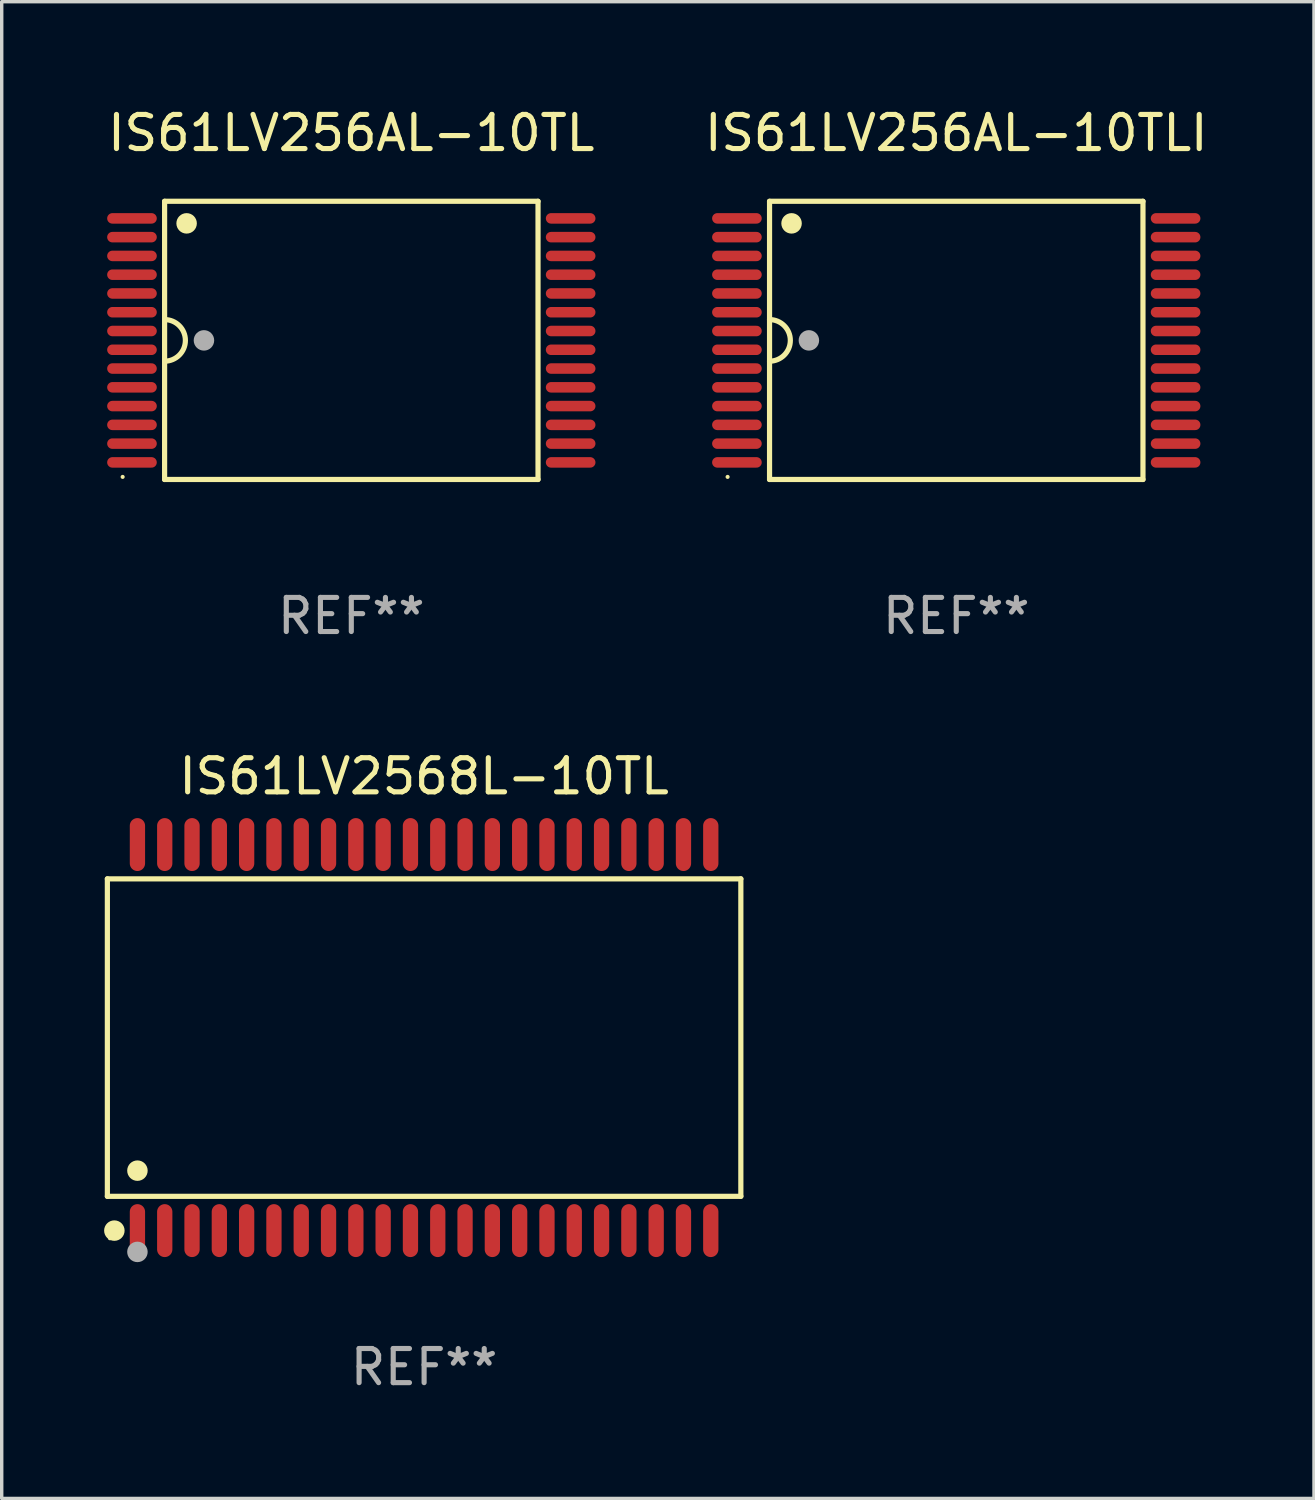
<source format=kicad_pcb>
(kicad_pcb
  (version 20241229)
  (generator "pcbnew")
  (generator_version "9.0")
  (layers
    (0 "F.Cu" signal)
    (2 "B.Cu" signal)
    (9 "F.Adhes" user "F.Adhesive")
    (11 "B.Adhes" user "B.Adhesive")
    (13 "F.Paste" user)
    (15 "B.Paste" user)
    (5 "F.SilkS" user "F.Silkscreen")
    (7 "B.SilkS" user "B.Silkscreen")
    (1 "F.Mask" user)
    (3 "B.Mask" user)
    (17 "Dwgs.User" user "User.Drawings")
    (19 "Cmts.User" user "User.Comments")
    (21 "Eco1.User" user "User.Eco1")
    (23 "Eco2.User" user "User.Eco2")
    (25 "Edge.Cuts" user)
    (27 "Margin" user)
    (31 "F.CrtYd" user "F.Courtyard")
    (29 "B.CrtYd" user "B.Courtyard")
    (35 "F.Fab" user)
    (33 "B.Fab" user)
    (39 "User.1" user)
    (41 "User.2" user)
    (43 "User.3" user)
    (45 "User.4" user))
  (footprint "IS61LV2568L-10TL"
    (layer "F.Cu")
    (at 9.377 27.353)
    (property "Reference" "IS61LV2568L-10TL" (at 0 -7.656 0) (layer "F.SilkS") (effects (font (size 1 1) (thickness 0.15))))
    (attr through_hole)
    (fp_line (start -9.281 -4.651) (end 9.281 -4.651) (stroke (width 0.152) (type solid)) (layer "F.SilkS"))
    (fp_line (start -9.281 4.651) (end -9.281 -4.651) (stroke (width 0.152) (type solid)) (layer "F.SilkS"))
    (fp_line (start 9.281 -4.651) (end 9.281 4.651) (stroke (width 0.152) (type solid)) (layer "F.SilkS"))
    (fp_line (start 9.281 4.651) (end -9.281 4.651) (stroke (width 0.152) (type solid)) (layer "F.SilkS"))
    (fp_circle (center -9.205 5.88) (end -9.175 5.88) (stroke (width 0.06) (type solid)) (fill no) (layer "F.SilkS"))
    (fp_circle (center -9.076 5.656) (end -8.926 5.656) (stroke (width 0.3) (type solid)) (fill no) (layer "F.SilkS"))
    (fp_circle (center -8.4 3.899) (end -8.25 3.899) (stroke (width 0.3) (type solid)) (fill no) (layer "F.SilkS"))
    (fp_circle (center -8.4 6.28) (end -8.25 6.28) (stroke (width 0.3) (type solid)) (fill no) (layer "F.Fab"))
    (fp_text user "REF**" (at 0 9.656 0) (layer "F.Fab") (effects (font (size 1 1) (thickness 0.15))))
    (pad "1" smd oval (at -8.4 5.656) (size 0.448 1.551) (layers "F.Cu" "F.Mask" "F.Paste"))
    (pad "2" smd oval (at -7.6 5.656) (size 0.448 1.551) (layers "F.Cu" "F.Mask" "F.Paste"))
    (pad "3" smd oval (at -6.8 5.656) (size 0.448 1.551) (layers "F.Cu" "F.Mask" "F.Paste"))
    (pad "4" smd oval (at -6 5.656) (size 0.448 1.551) (layers "F.Cu" "F.Mask" "F.Paste"))
    (pad "5" smd oval (at -5.2 5.656) (size 0.448 1.551) (layers "F.Cu" "F.Mask" "F.Paste"))
    (pad "6" smd oval (at -4.4 5.656) (size 0.448 1.551) (layers "F.Cu" "F.Mask" "F.Paste"))
    (pad "7" smd oval (at -3.6 5.656) (size 0.448 1.551) (layers "F.Cu" "F.Mask" "F.Paste"))
    (pad "8" smd oval (at -2.8 5.656) (size 0.448 1.551) (layers "F.Cu" "F.Mask" "F.Paste"))
    (pad "9" smd oval (at -2 5.656) (size 0.448 1.551) (layers "F.Cu" "F.Mask" "F.Paste"))
    (pad "10" smd oval (at -1.2 5.656) (size 0.448 1.551) (layers "F.Cu" "F.Mask" "F.Paste"))
    (pad "11" smd oval (at -0.4 5.656) (size 0.448 1.551) (layers "F.Cu" "F.Mask" "F.Paste"))
    (pad "12" smd oval (at 0.4 5.656) (size 0.448 1.551) (layers "F.Cu" "F.Mask" "F.Paste"))
    (pad "13" smd oval (at 1.2 5.656) (size 0.448 1.551) (layers "F.Cu" "F.Mask" "F.Paste"))
    (pad "14" smd oval (at 2 5.656) (size 0.448 1.551) (layers "F.Cu" "F.Mask" "F.Paste"))
    (pad "15" smd oval (at 2.8 5.656) (size 0.448 1.551) (layers "F.Cu" "F.Mask" "F.Paste"))
    (pad "16" smd oval (at 3.6 5.656) (size 0.448 1.551) (layers "F.Cu" "F.Mask" "F.Paste"))
    (pad "17" smd oval (at 4.4 5.656) (size 0.448 1.551) (layers "F.Cu" "F.Mask" "F.Paste"))
    (pad "18" smd oval (at 5.2 5.656) (size 0.448 1.551) (layers "F.Cu" "F.Mask" "F.Paste"))
    (pad "19" smd oval (at 6 5.656) (size 0.448 1.551) (layers "F.Cu" "F.Mask" "F.Paste"))
    (pad "20" smd oval (at 6.8 5.656) (size 0.448 1.551) (layers "F.Cu" "F.Mask" "F.Paste"))
    (pad "21" smd oval (at 7.6 5.656) (size 0.448 1.551) (layers "F.Cu" "F.Mask" "F.Paste"))
    (pad "22" smd oval (at 8.4 5.656) (size 0.448 1.551) (layers "F.Cu" "F.Mask" "F.Paste"))
    (pad "23" smd oval (at 8.4 -5.656) (size 0.448 1.551) (layers "F.Cu" "F.Mask" "F.Paste"))
    (pad "24" smd oval (at 7.6 -5.656) (size 0.448 1.551) (layers "F.Cu" "F.Mask" "F.Paste"))
    (pad "25" smd oval (at 6.8 -5.656) (size 0.448 1.551) (layers "F.Cu" "F.Mask" "F.Paste"))
    (pad "26" smd oval (at 6 -5.656) (size 0.448 1.551) (layers "F.Cu" "F.Mask" "F.Paste"))
    (pad "27" smd oval (at 5.2 -5.656) (size 0.448 1.551) (layers "F.Cu" "F.Mask" "F.Paste"))
    (pad "28" smd oval (at 4.4 -5.656) (size 0.448 1.551) (layers "F.Cu" "F.Mask" "F.Paste"))
    (pad "29" smd oval (at 3.6 -5.656) (size 0.448 1.551) (layers "F.Cu" "F.Mask" "F.Paste"))
    (pad "30" smd oval (at 2.8 -5.656) (size 0.448 1.551) (layers "F.Cu" "F.Mask" "F.Paste"))
    (pad "31" smd oval (at 2 -5.656) (size 0.448 1.551) (layers "F.Cu" "F.Mask" "F.Paste"))
    (pad "32" smd oval (at 1.2 -5.656) (size 0.448 1.551) (layers "F.Cu" "F.Mask" "F.Paste"))
    (pad "33" smd oval (at 0.4 -5.656) (size 0.448 1.551) (layers "F.Cu" "F.Mask" "F.Paste"))
    (pad "34" smd oval (at -0.4 -5.656) (size 0.448 1.551) (layers "F.Cu" "F.Mask" "F.Paste"))
    (pad "35" smd oval (at -1.2 -5.656) (size 0.448 1.551) (layers "F.Cu" "F.Mask" "F.Paste"))
    (pad "36" smd oval (at -2 -5.656) (size 0.448 1.551) (layers "F.Cu" "F.Mask" "F.Paste"))
    (pad "37" smd oval (at -2.8 -5.656) (size 0.448 1.551) (layers "F.Cu" "F.Mask" "F.Paste"))
    (pad "38" smd oval (at -3.6 -5.656) (size 0.448 1.551) (layers "F.Cu" "F.Mask" "F.Paste"))
    (pad "39" smd oval (at -4.4 -5.656) (size 0.448 1.551) (layers "F.Cu" "F.Mask" "F.Paste"))
    (pad "40" smd oval (at -5.2 -5.656) (size 0.448 1.551) (layers "F.Cu" "F.Mask" "F.Paste"))
    (pad "41" smd oval (at -6 -5.656) (size 0.448 1.551) (layers "F.Cu" "F.Mask" "F.Paste"))
    (pad "42" smd oval (at -6.8 -5.656) (size 0.448 1.551) (layers "F.Cu" "F.Mask" "F.Paste"))
    (pad "43" smd oval (at -7.6 -5.656) (size 0.448 1.551) (layers "F.Cu" "F.Mask" "F.Paste"))
    (pad "44" smd oval (at -8.4 -5.656) (size 0.448 1.551) (layers "F.Cu" "F.Mask" "F.Paste")))
  (footprint "IS61LV256AL-10TLI"
    (layer "F.Cu")
    (at 24.97 6.924)
    (property "Reference" "IS61LV256AL-10TLI" (at 0 -6.076 0) (layer "F.SilkS") (effects (font (size 1 1) (thickness 0.15))))
    (attr through_hole)
    (fp_line (start -5.471 -4.076) (end 5.471 -4.076) (stroke (width 0.152) (type solid)) (layer "F.SilkS"))
    (fp_line (start -5.471 4.076) (end -5.471 -4.076) (stroke (width 0.152) (type solid)) (layer "F.SilkS"))
    (fp_line (start 5.471 -4.076) (end 5.471 4.076) (stroke (width 0.152) (type solid)) (layer "F.SilkS"))
    (fp_line (start 5.471 4.076) (end -5.471 4.076) (stroke (width 0.152) (type solid)) (layer "F.SilkS"))
    (fp_arc (start -5.471424 -0.609524) (mid -4.861875 -0.000113) (end -5.471171 0.60955) (stroke (width 0.1524) (type solid)) (layer "F.SilkS"))
    (fp_circle (center -6.7 4) (end -6.67 4) (stroke (width 0.06) (type solid)) (fill no) (layer "F.SilkS"))
    (fp_circle (center -4.826 -3.429) (end -4.676 -3.429) (stroke (width 0.3) (type solid)) (fill no) (layer "F.SilkS"))
    (fp_circle (center -4.318 0) (end -4.168 0) (stroke (width 0.3) (type solid)) (fill no) (layer "F.Fab"))
    (fp_text user "REF**" (at 0 8.076 0) (layer "F.Fab") (effects (font (size 1 1) (thickness 0.15))))
    (pad "1" smd oval (at -6.427 0.275 270) (size 0.308 1.454) (layers "F.Cu" "F.Mask" "F.Paste"))
    (pad "2" smd oval (at -6.427 0.825 270) (size 0.308 1.454) (layers "F.Cu" "F.Mask" "F.Paste"))
    (pad "3" smd oval (at -6.427 1.375 270) (size 0.308 1.454) (layers "F.Cu" "F.Mask" "F.Paste"))
    (pad "4" smd oval (at -6.427 1.925 270) (size 0.308 1.454) (layers "F.Cu" "F.Mask" "F.Paste"))
    (pad "5" smd oval (at -6.427 2.475 270) (size 0.308 1.454) (layers "F.Cu" "F.Mask" "F.Paste"))
    (pad "6" smd oval (at -6.427 3.025 270) (size 0.308 1.454) (layers "F.Cu" "F.Mask" "F.Paste"))
    (pad "7" smd oval (at -6.427 3.575 270) (size 0.308 1.454) (layers "F.Cu" "F.Mask" "F.Paste"))
    (pad "8" smd oval (at 6.427 3.575 270) (size 0.308 1.454) (layers "F.Cu" "F.Mask" "F.Paste"))
    (pad "9" smd oval (at 6.427 3.025 270) (size 0.308 1.454) (layers "F.Cu" "F.Mask" "F.Paste"))
    (pad "10" smd oval (at 6.427 2.475 270) (size 0.308 1.454) (layers "F.Cu" "F.Mask" "F.Paste"))
    (pad "11" smd oval (at 6.427 1.925 270) (size 0.308 1.454) (layers "F.Cu" "F.Mask" "F.Paste"))
    (pad "12" smd oval (at 6.427 1.375 270) (size 0.308 1.454) (layers "F.Cu" "F.Mask" "F.Paste"))
    (pad "13" smd oval (at 6.427 0.825 270) (size 0.308 1.454) (layers "F.Cu" "F.Mask" "F.Paste"))
    (pad "14" smd oval (at 6.427 0.275 270) (size 0.308 1.454) (layers "F.Cu" "F.Mask" "F.Paste"))
    (pad "15" smd oval (at 6.427 -0.275 270) (size 0.308 1.454) (layers "F.Cu" "F.Mask" "F.Paste"))
    (pad "16" smd oval (at 6.427 -0.825 270) (size 0.308 1.454) (layers "F.Cu" "F.Mask" "F.Paste"))
    (pad "17" smd oval (at 6.427 -1.375 270) (size 0.308 1.454) (layers "F.Cu" "F.Mask" "F.Paste"))
    (pad "18" smd oval (at 6.427 -1.925 270) (size 0.308 1.454) (layers "F.Cu" "F.Mask" "F.Paste"))
    (pad "19" smd oval (at 6.427 -2.475 270) (size 0.308 1.454) (layers "F.Cu" "F.Mask" "F.Paste"))
    (pad "20" smd oval (at 6.427 -3.025 270) (size 0.308 1.454) (layers "F.Cu" "F.Mask" "F.Paste"))
    (pad "21" smd oval (at 6.427 -3.575 270) (size 0.308 1.454) (layers "F.Cu" "F.Mask" "F.Paste"))
    (pad "22" smd oval (at -6.427 -3.575 270) (size 0.308 1.454) (layers "F.Cu" "F.Mask" "F.Paste"))
    (pad "23" smd oval (at -6.427 -3.025 270) (size 0.308 1.454) (layers "F.Cu" "F.Mask" "F.Paste"))
    (pad "24" smd oval (at -6.427 -2.475 270) (size 0.308 1.454) (layers "F.Cu" "F.Mask" "F.Paste"))
    (pad "25" smd oval (at -6.427 -1.925 270) (size 0.308 1.454) (layers "F.Cu" "F.Mask" "F.Paste"))
    (pad "26" smd oval (at -6.427 -1.375 270) (size 0.308 1.454) (layers "F.Cu" "F.Mask" "F.Paste"))
    (pad "27" smd oval (at -6.427 -0.825 270) (size 0.308 1.454) (layers "F.Cu" "F.Mask" "F.Paste"))
    (pad "28" smd oval (at -6.427 -0.275 270) (size 0.308 1.454) (layers "F.Cu" "F.Mask" "F.Paste")))
  (footprint "IS61LV256AL-10TL"
    (layer "F.Cu")
    (at 7.244 6.924)
    (property "Reference" "IS61LV256AL-10TL" (at 0 -6.076 0) (layer "F.SilkS") (effects (font (size 1 1) (thickness 0.15))))
    (attr through_hole)
    (fp_line (start -5.471 -4.076) (end 5.471 -4.076) (stroke (width 0.152) (type solid)) (layer "F.SilkS"))
    (fp_line (start -5.471 4.076) (end -5.471 -4.076) (stroke (width 0.152) (type solid)) (layer "F.SilkS"))
    (fp_line (start 5.471 -4.076) (end 5.471 4.076) (stroke (width 0.152) (type solid)) (layer "F.SilkS"))
    (fp_line (start 5.471 4.076) (end -5.471 4.076) (stroke (width 0.152) (type solid)) (layer "F.SilkS"))
    (fp_arc (start -5.471424 -0.609524) (mid -4.861875 -0.000113) (end -5.471171 0.60955) (stroke (width 0.1524) (type solid)) (layer "F.SilkS"))
    (fp_circle (center -6.7 4) (end -6.67 4) (stroke (width 0.06) (type solid)) (fill no) (layer "F.SilkS"))
    (fp_circle (center -4.826 -3.429) (end -4.676 -3.429) (stroke (width 0.3) (type solid)) (fill no) (layer "F.SilkS"))
    (fp_circle (center -4.318 0) (end -4.168 0) (stroke (width 0.3) (type solid)) (fill no) (layer "F.Fab"))
    (fp_text user "REF**" (at 0 8.076 0) (layer "F.Fab") (effects (font (size 1 1) (thickness 0.15))))
    (pad "1" smd oval (at -6.427 0.275 270) (size 0.308 1.454) (layers "F.Cu" "F.Mask" "F.Paste"))
    (pad "2" smd oval (at -6.427 0.825 270) (size 0.308 1.454) (layers "F.Cu" "F.Mask" "F.Paste"))
    (pad "3" smd oval (at -6.427 1.375 270) (size 0.308 1.454) (layers "F.Cu" "F.Mask" "F.Paste"))
    (pad "4" smd oval (at -6.427 1.925 270) (size 0.308 1.454) (layers "F.Cu" "F.Mask" "F.Paste"))
    (pad "5" smd oval (at -6.427 2.475 270) (size 0.308 1.454) (layers "F.Cu" "F.Mask" "F.Paste"))
    (pad "6" smd oval (at -6.427 3.025 270) (size 0.308 1.454) (layers "F.Cu" "F.Mask" "F.Paste"))
    (pad "7" smd oval (at -6.427 3.575 270) (size 0.308 1.454) (layers "F.Cu" "F.Mask" "F.Paste"))
    (pad "8" smd oval (at 6.427 3.575 270) (size 0.308 1.454) (layers "F.Cu" "F.Mask" "F.Paste"))
    (pad "9" smd oval (at 6.427 3.025 270) (size 0.308 1.454) (layers "F.Cu" "F.Mask" "F.Paste"))
    (pad "10" smd oval (at 6.427 2.475 270) (size 0.308 1.454) (layers "F.Cu" "F.Mask" "F.Paste"))
    (pad "11" smd oval (at 6.427 1.925 270) (size 0.308 1.454) (layers "F.Cu" "F.Mask" "F.Paste"))
    (pad "12" smd oval (at 6.427 1.375 270) (size 0.308 1.454) (layers "F.Cu" "F.Mask" "F.Paste"))
    (pad "13" smd oval (at 6.427 0.825 270) (size 0.308 1.454) (layers "F.Cu" "F.Mask" "F.Paste"))
    (pad "14" smd oval (at 6.427 0.275 270) (size 0.308 1.454) (layers "F.Cu" "F.Mask" "F.Paste"))
    (pad "15" smd oval (at 6.427 -0.275 270) (size 0.308 1.454) (layers "F.Cu" "F.Mask" "F.Paste"))
    (pad "16" smd oval (at 6.427 -0.825 270) (size 0.308 1.454) (layers "F.Cu" "F.Mask" "F.Paste"))
    (pad "17" smd oval (at 6.427 -1.375 270) (size 0.308 1.454) (layers "F.Cu" "F.Mask" "F.Paste"))
    (pad "18" smd oval (at 6.427 -1.925 270) (size 0.308 1.454) (layers "F.Cu" "F.Mask" "F.Paste"))
    (pad "19" smd oval (at 6.427 -2.475 270) (size 0.308 1.454) (layers "F.Cu" "F.Mask" "F.Paste"))
    (pad "20" smd oval (at 6.427 -3.025 270) (size 0.308 1.454) (layers "F.Cu" "F.Mask" "F.Paste"))
    (pad "21" smd oval (at 6.427 -3.575 270) (size 0.308 1.454) (layers "F.Cu" "F.Mask" "F.Paste"))
    (pad "22" smd oval (at -6.427 -3.575 270) (size 0.308 1.454) (layers "F.Cu" "F.Mask" "F.Paste"))
    (pad "23" smd oval (at -6.427 -3.025 270) (size 0.308 1.454) (layers "F.Cu" "F.Mask" "F.Paste"))
    (pad "24" smd oval (at -6.427 -2.475 270) (size 0.308 1.454) (layers "F.Cu" "F.Mask" "F.Paste"))
    (pad "25" smd oval (at -6.427 -1.925 270) (size 0.308 1.454) (layers "F.Cu" "F.Mask" "F.Paste"))
    (pad "26" smd oval (at -6.427 -1.375 270) (size 0.308 1.454) (layers "F.Cu" "F.Mask" "F.Paste"))
    (pad "27" smd oval (at -6.427 -0.825 270) (size 0.308 1.454) (layers "F.Cu" "F.Mask" "F.Paste"))
    (pad "28" smd oval (at -6.427 -0.275 270) (size 0.308 1.454) (layers "F.Cu" "F.Mask" "F.Paste")))
  (gr_rect
    (start -3 -3)
    (end 35.452 40.857)
    (stroke (width 0.1) (type default))
    (fill no)
    (layer "Edge.Cuts")))
</source>
